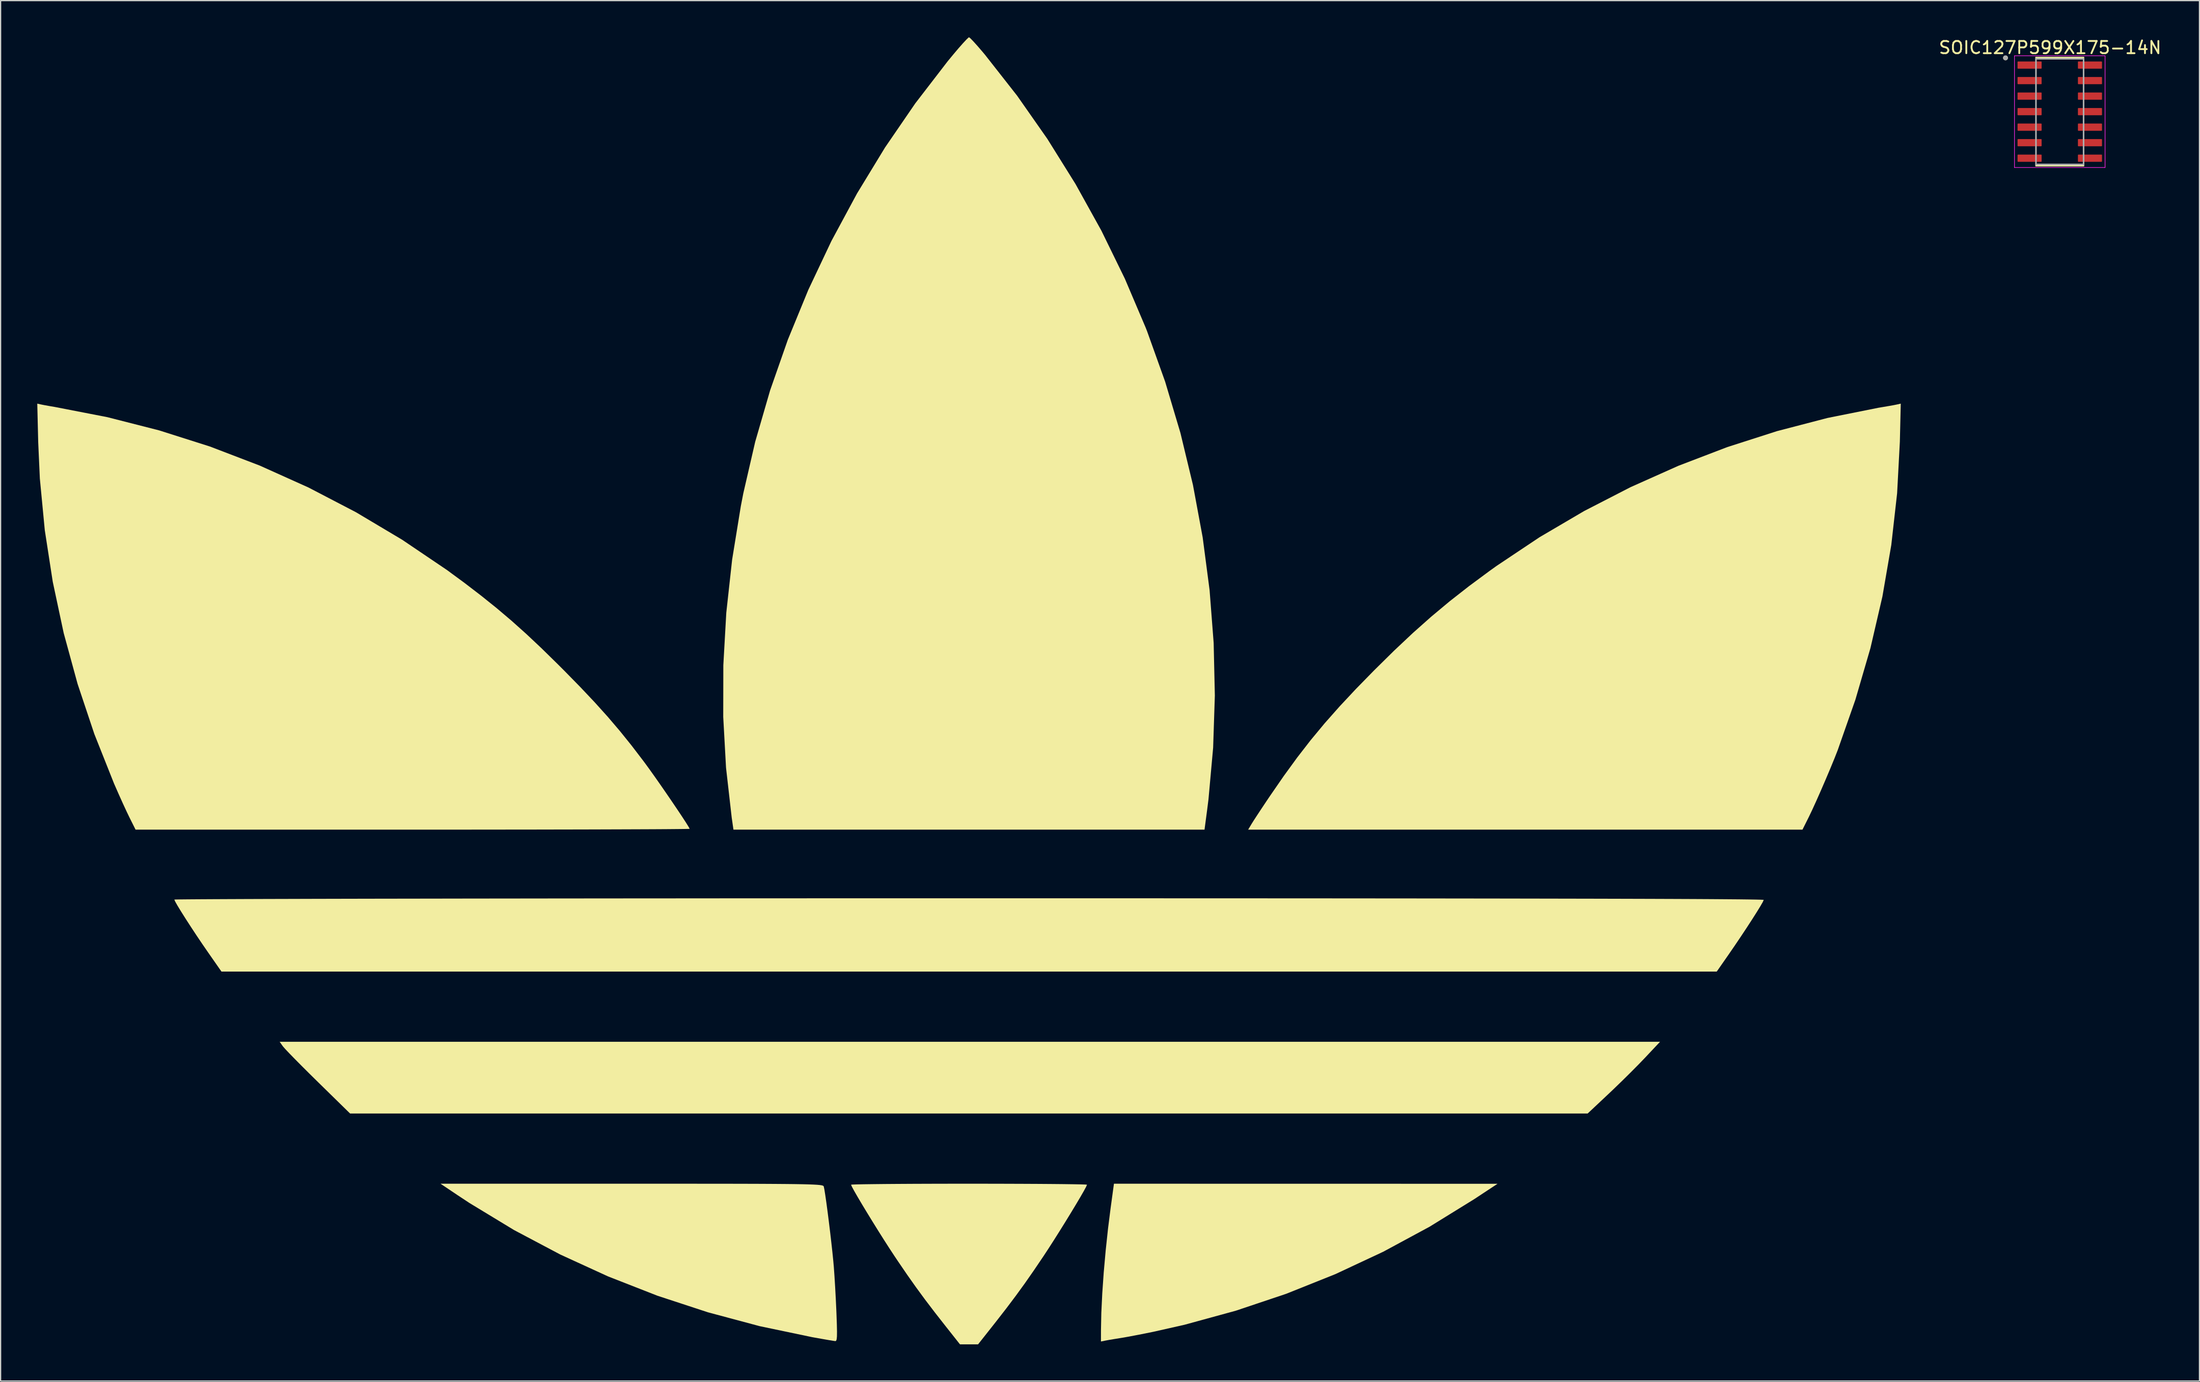
<source format=kicad_pcb>
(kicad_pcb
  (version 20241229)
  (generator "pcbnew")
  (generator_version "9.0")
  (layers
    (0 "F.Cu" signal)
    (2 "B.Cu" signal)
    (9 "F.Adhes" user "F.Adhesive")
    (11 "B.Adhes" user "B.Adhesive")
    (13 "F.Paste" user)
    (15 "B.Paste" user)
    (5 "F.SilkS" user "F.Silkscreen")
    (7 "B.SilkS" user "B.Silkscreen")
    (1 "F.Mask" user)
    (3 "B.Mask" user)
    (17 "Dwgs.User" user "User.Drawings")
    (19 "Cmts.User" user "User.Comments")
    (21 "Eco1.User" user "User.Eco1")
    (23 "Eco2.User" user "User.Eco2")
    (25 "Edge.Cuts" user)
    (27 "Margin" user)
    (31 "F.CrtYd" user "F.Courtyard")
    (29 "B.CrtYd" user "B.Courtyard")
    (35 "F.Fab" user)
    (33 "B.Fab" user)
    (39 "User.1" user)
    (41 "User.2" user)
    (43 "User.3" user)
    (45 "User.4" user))
  (footprint "Adidas_Logo_2"
    (layer "F.Cu")
    (at 76.238 53.48)
    (property "Reference" "Adidas_Logo_2" (at 0 0 0) (layer "F.SilkS") (effects (font (size 1.524 1.524) (thickness 0.3))))
    (attr board_only exclude_from_pos_files exclude_from_bom)
    (fp_poly (pts (xy 55.311 30.027) (xy 54.785 30.573) (xy 54.136 31.228) (xy 53.429 31.926) (xy 52.728 32.604) (xy 52.349 32.963) (xy 50.617 34.59) (xy -50.642 34.59) (xy -53.262 32.023) (xy -53.949 31.347) (xy -54.587 30.711) (xy -55.151 30.142) (xy -55.613 29.667) (xy -55.948 29.313) (xy -56.131 29.105) (xy -56.144 29.088) (xy -56.405 28.719) (xy 56.541 28.719)) (stroke (width 0) (type solid)) (fill yes) (layer "F.SilkS"))
    (fp_poly (pts (xy 43.243 40.339) (xy 41.339 41.595) (xy 37.688 43.85) (xy 33.898 45.897) (xy 29.982 47.729) (xy 25.957 49.34) (xy 21.837 50.723) (xy 17.637 51.874) (xy 15.108 52.445) (xy 14.365 52.596) (xy 13.627 52.74) (xy 12.968 52.864) (xy 12.465 52.951) (xy 12.377 52.965) (xy 11.875 53.046) (xy 11.427 53.121) (xy 11.144 53.174) (xy 10.795 53.245) (xy 10.797 52.31) (xy 10.825 50.909) (xy 10.902 49.318) (xy 11.022 47.596) (xy 11.182 45.802) (xy 11.375 43.995) (xy 11.584 42.344) (xy 11.858 40.334)) (stroke (width 0) (type solid)) (fill yes) (layer "F.SilkS"))
    (fp_poly (pts (xy 0.119 -53.387) (xy 0.367 -53.131) (xy 0.712 -52.747) (xy 1.123 -52.269) (xy 1.311 -52.044) (xy 3.934 -48.701) (xy 6.406 -45.17) (xy 8.71 -41.478) (xy 10.831 -37.654) (xy 12.75 -33.726) (xy 14.453 -29.722) (xy 14.571 -29.421) (xy 16.046 -25.302) (xy 17.297 -21.106) (xy 18.322 -16.851) (xy 19.118 -12.555) (xy 19.684 -8.238) (xy 20.017 -3.918) (xy 20.114 0.387) (xy 19.974 4.658) (xy 19.593 8.877) (xy 19.477 9.796) (xy 19.269 11.36) (xy -19.275 11.36) (xy -19.418 10.371) (xy -19.882 6.295) (xy -20.111 2.136) (xy -20.103 -2.095) (xy -19.861 -6.389) (xy -19.383 -10.734) (xy -18.67 -15.121) (xy -18.468 -16.163) (xy -17.494 -20.385) (xy -16.277 -24.581) (xy -14.825 -28.731) (xy -13.148 -32.815) (xy -11.258 -36.812) (xy -9.162 -40.701) (xy -6.871 -44.463) (xy -4.395 -48.075) (xy -1.744 -51.519) (xy -1.311 -52.044) (xy -0.882 -52.552) (xy -0.505 -52.98) (xy -0.211 -53.296) (xy -0.033 -53.463) (xy 0 -53.48)) (stroke (width 0) (type solid)) (fill yes) (layer "F.SilkS"))
    (fp_poly (pts (xy 76.164 -20.397) (xy 75.939 -16.164) (xy 75.463 -11.938) (xy 74.736 -7.716) (xy 73.756 -3.494) (xy 72.524 0.73) (xy 71.08 4.85) (xy 70.814 5.527) (xy 70.479 6.342) (xy 70.102 7.234) (xy 69.711 8.14) (xy 69.331 8.999) (xy 68.99 9.747) (xy 68.714 10.324) (xy 68.702 10.348) (xy 68.196 11.36) (xy 22.839 11.36) (xy 23.125 10.881) (xy 23.293 10.613) (xy 23.573 10.183) (xy 23.934 9.636) (xy 24.343 9.022) (xy 24.617 8.616) (xy 25.754 6.968) (xy 26.852 5.459) (xy 27.951 4.041) (xy 29.093 2.664) (xy 30.318 1.28) (xy 31.666 -0.161) (xy 33.139 -1.667) (xy 34.776 -3.282) (xy 36.318 -4.733) (xy 37.819 -6.067) (xy 39.332 -7.33) (xy 40.91 -8.565) (xy 42.605 -9.82) (xy 43.18 -10.231) (xy 46.678 -12.567) (xy 50.336 -14.715) (xy 54.131 -16.667) (xy 58.041 -18.413) (xy 62.044 -19.945) (xy 66.117 -21.252) (xy 70.238 -22.326) (xy 74.385 -23.158) (xy 74.803 -23.228) (xy 75.283 -23.31) (xy 75.701 -23.385) (xy 75.933 -23.432) (xy 76.237 -23.5)) (stroke (width 0) (type solid)) (fill yes) (layer "F.SilkS"))
    (fp_poly (pts (xy -25.277 40.334) (xy -23.197 40.334) (xy -21.345 40.336) (xy -19.707 40.337) (xy -18.27 40.34) (xy -17.021 40.344) (xy -15.946 40.35) (xy -15.034 40.357) (xy -14.269 40.365) (xy -13.64 40.376) (xy -13.133 40.389) (xy -12.735 40.404) (xy -12.432 40.421) (xy -12.211 40.441) (xy -12.06 40.464) (xy -11.964 40.49) (xy -11.912 40.52) (xy -11.888 40.552) (xy -11.887 40.557) (xy -11.835 40.805) (xy -11.762 41.262) (xy -11.672 41.886) (xy -11.572 42.633) (xy -11.467 43.459) (xy -11.362 44.319) (xy -11.263 45.171) (xy -11.175 45.97) (xy -11.104 46.674) (xy -11.061 47.162) (xy -11.009 47.896) (xy -10.954 48.789) (xy -10.902 49.748) (xy -10.858 50.678) (xy -10.844 51.023) (xy -10.815 51.836) (xy -10.802 52.426) (xy -10.807 52.826) (xy -10.831 53.069) (xy -10.875 53.187) (xy -10.935 53.213) (xy -11.12 53.187) (xy -11.504 53.124) (xy -12.034 53.032) (xy -12.659 52.921) (xy -12.827 52.891) (xy -17.137 51.988) (xy -21.366 50.855) (xy -25.503 49.497) (xy -29.535 47.919) (xy -33.448 46.126) (xy -37.231 44.123) (xy -40.869 41.916) (xy -41.845 41.272) (xy -43.242 40.334) (xy -27.598 40.334)) (stroke (width 0) (type solid)) (fill yes) (layer "F.SilkS"))
    (fp_poly (pts (xy 1.541 40.335) (xy 3.006 40.338) (xy 4.375 40.343) (xy 5.629 40.349) (xy 6.749 40.357) (xy 7.715 40.366) (xy 8.508 40.377) (xy 9.108 40.388) (xy 9.495 40.4) (xy 9.65 40.413) (xy 9.652 40.415) (xy 9.587 40.572) (xy 9.404 40.912) (xy 9.123 41.401) (xy 8.765 42.006) (xy 8.348 42.696) (xy 7.894 43.437) (xy 7.421 44.197) (xy 6.951 44.942) (xy 6.501 45.642) (xy 6.094 46.262) (xy 6.089 46.269) (xy 5.299 47.437) (xy 4.565 48.49) (xy 3.834 49.497) (xy 3.055 50.532) (xy 2.175 51.664) (xy 1.875 52.044) (xy 0.739 53.48) (xy -0.739 53.48) (xy -1.875 52.044) (xy -2.796 50.868) (xy -3.601 49.811) (xy -4.341 48.802) (xy -5.069 47.771) (xy -5.836 46.647) (xy -6.089 46.269) (xy -6.496 45.65) (xy -6.945 44.951) (xy -7.416 44.206) (xy -7.888 43.446) (xy -8.343 42.704) (xy -8.76 42.014) (xy -9.119 41.407) (xy -9.401 40.917) (xy -9.585 40.575) (xy -9.652 40.416) (xy -9.652 40.415) (xy -9.528 40.402) (xy -9.17 40.39) (xy -8.597 40.378) (xy -7.828 40.368) (xy -6.883 40.358) (xy -5.782 40.35) (xy -4.544 40.343) (xy -3.188 40.338) (xy -1.735 40.335) (xy -0.203 40.334) (xy 0 40.334)) (stroke (width 0) (type solid)) (fill yes) (layer "F.SilkS"))
    (fp_poly (pts (xy -75.933 -23.432) (xy -75.649 -23.376) (xy -75.215 -23.298) (xy -74.803 -23.228) (xy -70.505 -22.393) (xy -66.272 -21.313) (xy -62.113 -19.992) (xy -58.037 -18.432) (xy -54.051 -16.639) (xy -50.164 -14.615) (xy -46.385 -12.364) (xy -42.723 -9.89) (xy -41.297 -8.842) (xy -39.919 -7.785) (xy -38.65 -6.766) (xy -37.438 -5.739) (xy -36.234 -4.662) (xy -34.988 -3.49) (xy -33.65 -2.179) (xy -33.139 -1.669) (xy -31.805 -0.307) (xy -30.626 0.941) (xy -29.563 2.121) (xy -28.575 3.28) (xy -27.62 4.465) (xy -26.659 5.722) (xy -26.505 5.928) (xy -26.144 6.424) (xy -25.721 7.017) (xy -25.26 7.675) (xy -24.784 8.363) (xy -24.315 9.049) (xy -23.875 9.7) (xy -23.487 10.281) (xy -23.174 10.761) (xy -22.959 11.105) (xy -22.863 11.281) (xy -22.86 11.293) (xy -22.985 11.3) (xy -23.351 11.307) (xy -23.946 11.313) (xy -24.756 11.32) (xy -25.77 11.326) (xy -26.974 11.331) (xy -28.355 11.336) (xy -29.902 11.341) (xy -31.601 11.346) (xy -33.439 11.349) (xy -35.404 11.353) (xy -37.483 11.355) (xy -39.663 11.358) (xy -41.932 11.359) (xy -44.276 11.36) (xy -45.528 11.36) (xy -68.196 11.36) (xy -68.691 10.371) (xy -68.926 9.882) (xy -69.226 9.235) (xy -69.555 8.504) (xy -69.88 7.765) (xy -69.96 7.582) (xy -71.566 3.543) (xy -72.939 -0.564) (xy -74.076 -4.724) (xy -74.971 -8.922) (xy -75.623 -13.142) (xy -76.027 -17.369) (xy -76.161 -20.334) (xy -76.238 -23.5)) (stroke (width 0) (type solid)) (fill yes) (layer "F.SilkS"))
    (fp_poly (pts (xy 5.409 16.976) (xy 10.567 16.977) (xy 15.475 16.978) (xy 20.137 16.979) (xy 24.553 16.981) (xy 28.727 16.983) (xy 32.66 16.986) (xy 36.356 16.989) (xy 39.816 16.993) (xy 43.043 16.997) (xy 46.038 17.002) (xy 48.805 17.007) (xy 51.345 17.012) (xy 53.662 17.018) (xy 55.756 17.024) (xy 57.631 17.031) (xy 59.288 17.038) (xy 60.73 17.046) (xy 61.96 17.055) (xy 62.979 17.063) (xy 63.791 17.073) (xy 64.396 17.083) (xy 64.798 17.093) (xy 64.998 17.104) (xy 65.024 17.11) (xy 64.955 17.269) (xy 64.762 17.606) (xy 64.466 18.089) (xy 64.087 18.686) (xy 63.646 19.366) (xy 63.163 20.095) (xy 62.659 20.842) (xy 62.155 21.575) (xy 62.136 21.603) (xy 61.18 22.975) (xy -61.167 22.975) (xy -62.258 21.411) (xy -62.729 20.727) (xy -63.208 20.016) (xy -63.672 19.311) (xy -64.101 18.648) (xy -64.472 18.06) (xy -64.764 17.581) (xy -64.955 17.244) (xy -65.024 17.083) (xy -65.024 17.083) (xy -64.898 17.076) (xy -64.526 17.069) (xy -63.915 17.063) (xy -63.072 17.057) (xy -62.006 17.051) (xy -60.723 17.045) (xy -59.231 17.039) (xy -57.537 17.033) (xy -55.65 17.028) (xy -53.576 17.022) (xy -51.324 17.017) (xy -48.9 17.012) (xy -46.312 17.008) (xy -43.569 17.004) (xy -40.676 16.999) (xy -37.642 16.996) (xy -34.474 16.992) (xy -31.18 16.989) (xy -27.767 16.986) (xy -24.243 16.984) (xy -20.615 16.981) (xy -16.891 16.98) (xy -13.079 16.978) (xy -9.185 16.977) (xy -5.217 16.976) (xy -1.184 16.976) (xy 0 16.976)) (stroke (width 0) (type solid)) (fill yes) (layer "F.SilkS")))
  (footprint "SOIC127P599X175-14N"
    (layer "F.Cu")
    (at 165.486 6.085)
    (property "Reference" "SOIC127P599X175-14N" (at -0.79 -5.237 0) (layer "F.SilkS") (effects (font (size 1 1) (thickness 0.15))))
    (attr smd)
    (fp_line (start -1.948 -4.425) (end 1.948 -4.425) (stroke (width 0.127) (type solid)) (layer "F.SilkS"))
    (fp_line (start -1.948 4.425) (end 1.948 4.425) (stroke (width 0.127) (type solid)) (layer "F.SilkS"))
    (fp_circle (center -4.44 -4.4) (end -4.34 -4.4) (stroke (width 0.2) (type solid)) (fill no) (layer "F.SilkS"))
    (fp_line (start -3.705 -4.572) (end -3.705 4.572) (stroke (width 0.05) (type solid)) (layer "F.CrtYd"))
    (fp_line (start -3.705 -4.572) (end 3.705 -4.572) (stroke (width 0.05) (type solid)) (layer "F.CrtYd"))
    (fp_line (start -3.705 4.572) (end 3.705 4.572) (stroke (width 0.05) (type solid)) (layer "F.CrtYd"))
    (fp_line (start 3.705 -4.572) (end 3.705 4.572) (stroke (width 0.05) (type solid)) (layer "F.CrtYd"))
    (fp_line (start -1.948 -4.322) (end -1.948 4.322) (stroke (width 0.127) (type solid)) (layer "F.Fab"))
    (fp_line (start -1.948 -4.322) (end 1.948 -4.322) (stroke (width 0.127) (type solid)) (layer "F.Fab"))
    (fp_line (start -1.948 4.322) (end 1.948 4.322) (stroke (width 0.127) (type solid)) (layer "F.Fab"))
    (fp_line (start 1.948 -4.322) (end 1.948 4.322) (stroke (width 0.127) (type solid)) (layer "F.Fab"))
    (fp_circle (center -4.44 -4.4) (end -4.34 -4.4) (stroke (width 0.2) (type solid)) (fill no) (layer "F.Fab"))
    (pad "1" smd roundrect (at -2.47 -3.81) (size 1.97 0.59) (layers "F.Cu" "F.Mask" "F.Paste") (roundrect_rratio 0.07))
    (pad "2" smd roundrect (at -2.47 -2.54) (size 1.97 0.59) (layers "F.Cu" "F.Mask" "F.Paste") (roundrect_rratio 0.07))
    (pad "3" smd roundrect (at -2.47 -1.27) (size 1.97 0.59) (layers "F.Cu" "F.Mask" "F.Paste") (roundrect_rratio 0.07))
    (pad "4" smd roundrect (at -2.47 0) (size 1.97 0.59) (layers "F.Cu" "F.Mask" "F.Paste") (roundrect_rratio 0.07))
    (pad "5" smd roundrect (at -2.47 1.27) (size 1.97 0.59) (layers "F.Cu" "F.Mask" "F.Paste") (roundrect_rratio 0.07))
    (pad "6" smd roundrect (at -2.47 2.54) (size 1.97 0.59) (layers "F.Cu" "F.Mask" "F.Paste") (roundrect_rratio 0.07))
    (pad "7" smd roundrect (at -2.47 3.81) (size 1.97 0.59) (layers "F.Cu" "F.Mask" "F.Paste") (roundrect_rratio 0.07))
    (pad "8" smd roundrect (at 2.47 3.81) (size 1.97 0.59) (layers "F.Cu" "F.Mask" "F.Paste") (roundrect_rratio 0.07))
    (pad "9" smd roundrect (at 2.47 2.54) (size 1.97 0.59) (layers "F.Cu" "F.Mask" "F.Paste") (roundrect_rratio 0.07))
    (pad "10" smd roundrect (at 2.47 1.27) (size 1.97 0.59) (layers "F.Cu" "F.Mask" "F.Paste") (roundrect_rratio 0.07))
    (pad "11" smd roundrect (at 2.47 0) (size 1.97 0.59) (layers "F.Cu" "F.Mask" "F.Paste") (roundrect_rratio 0.07))
    (pad "12" smd roundrect (at 2.47 -1.27) (size 1.97 0.59) (layers "F.Cu" "F.Mask" "F.Paste") (roundrect_rratio 0.07))
    (pad "13" smd roundrect (at 2.47 -2.54) (size 1.97 0.59) (layers "F.Cu" "F.Mask" "F.Paste") (roundrect_rratio 0.07))
    (pad "14" smd roundrect (at 2.47 -3.81) (size 1.97 0.59) (layers "F.Cu" "F.Mask" "F.Paste") (roundrect_rratio 0.07)))
  (gr_rect
    (start -3 -3)
    (end 176.916 109.961)
    (stroke (width 0.1) (type default))
    (fill no)
    (layer "Edge.Cuts")))
</source>
